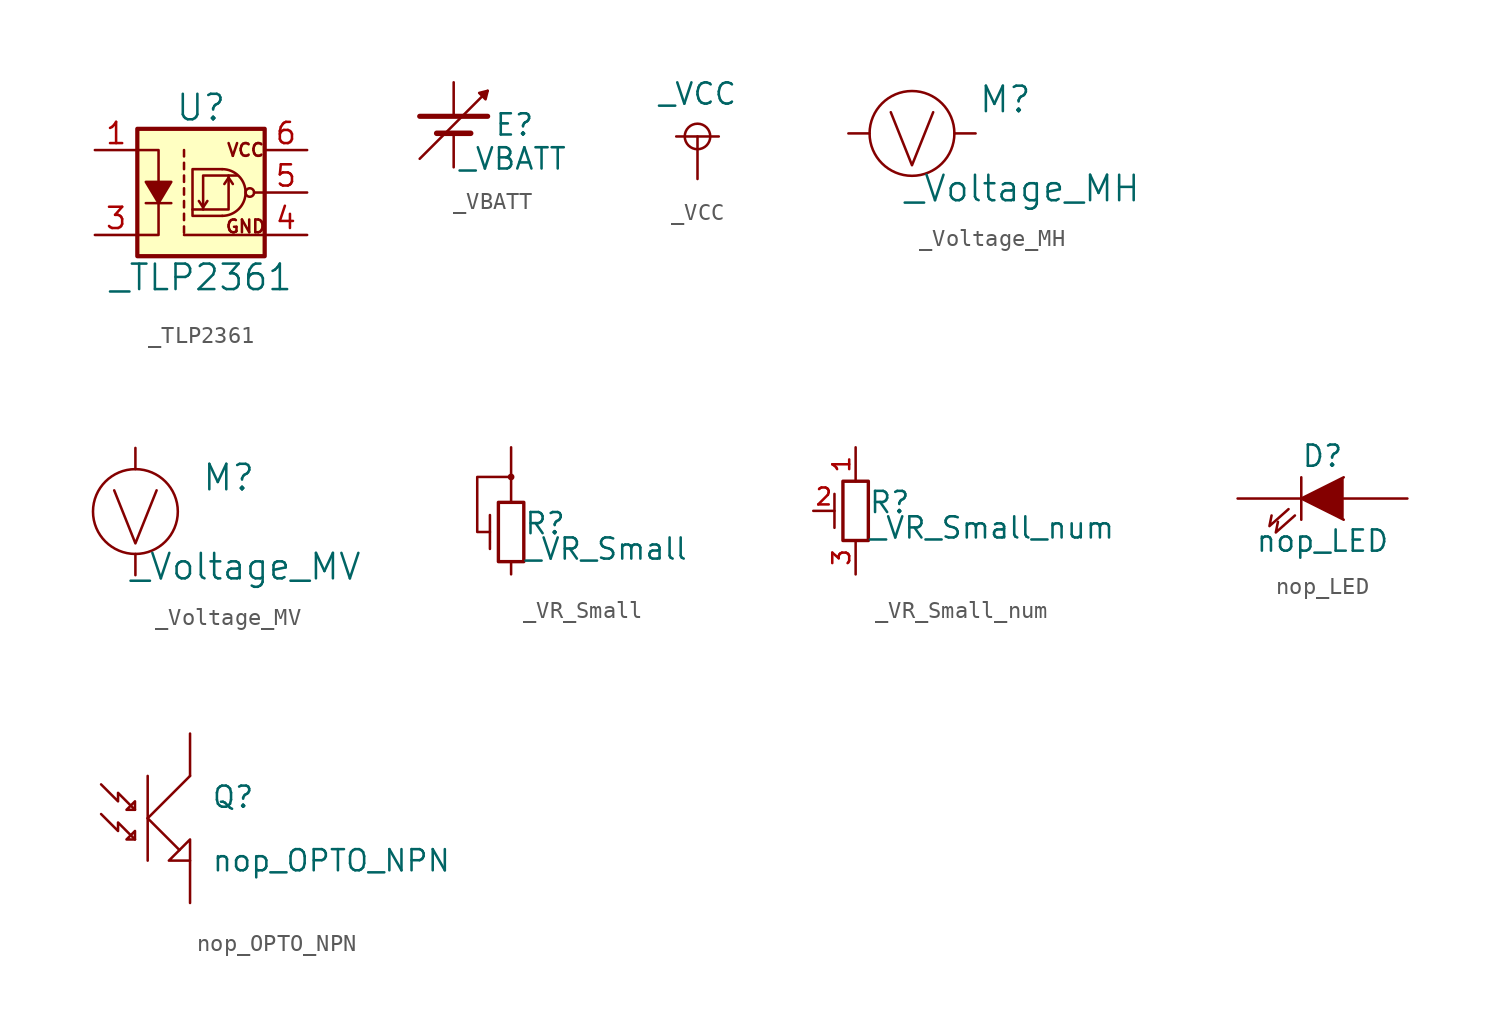
<source format=kicad_sym>
(kicad_symbol_lib
  (version 20220914)
  (generator kicad_symbol_editor)
  (symbol "_TLP2361"
    (pin_names
      (offset 1.016))
    (property "Reference" "U"
      (at 0 5.08 0)
      (effects (font (size 1.524 1.524))))
    (property "Value" "_TLP2361"
      (at 0 -5.08 0)
      (effects (font (size 1.524 1.524))))
    (property "Footprint" ""
      (at -0.635 0 0)
      (effects (font (size 1.524 1.524))))
    (property "Datasheet" ""
      (at -0.635 0 0)
      (effects (font (size 1.524 1.524))))
    (symbol "_TLP2361_0_0"
      (text "GND" (at 2.667 -2.032 0) (effects (font (size 0.762 0.762))))
      (text "VCC" (at 2.667 2.54 0) (effects (font (size 0.762 0.762)))))
    (symbol "_TLP2361_0_1"
      (rectangle (start -3.81 3.81) (end 3.81 -3.81) (stroke (width 0.254) (type solid)) (fill (type background)))
      (polyline (pts (xy -3.302 -0.635) (xy -1.778 -0.635)) (stroke (width 0) (type solid)) (fill (type none)))
      (polyline (pts (xy -1.016 -2.413) (xy -1.016 -2.032)) (stroke (width 0) (type solid)) (fill (type none)))
      (polyline (pts (xy -1.016 -1.651) (xy -1.016 -1.27)) (stroke (width 0) (type solid)) (fill (type none)))
      (polyline (pts (xy -1.016 -0.889) (xy -1.016 -0.508)) (stroke (width 0) (type solid)) (fill (type none)))
      (polyline (pts (xy -1.016 -0.127) (xy -1.016 0.254)) (stroke (width 0) (type solid)) (fill (type none)))
      (polyline (pts (xy -1.016 0.635) (xy -1.016 1.016)) (stroke (width 0) (type solid)) (fill (type none)))
      (polyline (pts (xy -1.016 1.397) (xy -1.016 1.778)) (stroke (width 0) (type solid)) (fill (type none)))
      (polyline (pts (xy -1.016 2.159) (xy -1.016 2.54)) (stroke (width 0) (type solid)) (fill (type none)))
      (polyline (pts (xy 3.175 0) (xy 3.81 0)) (stroke (width 0) (type solid)) (fill (type none)))
      (polyline (pts (xy 3.81 -2.54) (xy -1.016 -2.54)) (stroke (width 0) (type solid)) (fill (type none)))
      (polyline (pts (xy -0.508 -1.016) (xy 1.651 -1.016) (xy 1.651 1.016)) (stroke (width 0) (type solid)) (fill (type none)))
      (polyline (pts (xy -0.127 -0.508) (xy 0.127 -0.889) (xy 0.381 -0.508)) (stroke (width 0) (type solid)) (fill (type none)))
      (polyline (pts (xy 1.397 0.508) (xy 1.651 0.889) (xy 1.905 0.508)) (stroke (width 0) (type solid)) (fill (type none)))
      (polyline (pts (xy 2.159 1.016) (xy 0.127 1.016) (xy 0.127 -1.016)) (stroke (width 0) (type solid)) (fill (type none)))
      (polyline (pts (xy -3.81 2.54) (xy -2.54 2.54) (xy -2.54 -2.54) (xy -3.81 -2.54)) (stroke (width 0) (type solid)) (fill (type none)))
      (polyline (pts (xy -2.54 -0.635) (xy -3.302 0.635) (xy -1.778 0.635) (xy -2.54 -0.635)) (stroke (width 0) (type solid)) (fill (type outline)))
      (polyline (pts (xy 1.27 1.397) (xy -0.508 1.397) (xy -0.508 -1.397) (xy 1.27 -1.397)) (stroke (width 0) (type solid)) (fill (type none)))
      (arc (start 1.27 -1.397) (mid 2.661 0) (end 1.27 1.397) (stroke (width 0) (type solid)) (fill (type none)))
      (circle (center 2.921 0) (radius 0.254) (stroke (width 0) (type solid)) (fill (type none))))
    (symbol "_TLP2361_1_1"
      (pin input line (at -6.35 2.54 0) (length 2.54) (name "~" (effects (font (size 1.27 1.27)))) (number "1" (effects (font (size 1.27 1.27)))))
      (pin input line (at -6.35 -2.54 0) (length 2.54) (name "~" (effects (font (size 1.27 1.27)))) (number "3" (effects (font (size 1.27 1.27)))))
      (pin power_in line (at 6.35 -2.54 180) (length 2.54) (name "~" (effects (font (size 1.27 1.27)))) (number "4" (effects (font (size 1.27 1.27)))))
      (pin output line (at 6.35 0 180) (length 2.54) (name "~" (effects (font (size 1.27 1.27)))) (number "5" (effects (font (size 1.27 1.27)))))
      (pin power_in line (at 6.35 2.54 180) (length 2.54) (name "~" (effects (font (size 1.27 1.27)))) (number "6" (effects (font (size 1.27 1.27)))))))
  (symbol "_VBATT"
    (pin_numbers hide)
    (pin_names
      (offset 0.254) hide)
    (property "Reference" "E"
      (at 2.413 0 0)
      (effects (font (size 1.27 1.27)) (justify left)))
    (property "Value" "_VBATT"
      (at 0.254 -2.032 0)
      (effects (font (size 1.27 1.27)) (justify left)))
    (property "Footprint" ""
      (at 0 0 0)
      (effects (font (size 1.27 1.27))))
    (property "Datasheet" ""
      (at 0 0 0)
      (effects (font (size 1.27 1.27))))
    (symbol "_VBATT_0_1"
      (polyline (pts (xy -2.032 0.508) (xy 2.032 0.508)) (stroke (width 0.305) (type solid)) (fill (type none)))
      (polyline (pts (xy -1.016 -0.508) (xy 1.016 -0.508)) (stroke (width 0.33) (type solid)) (fill (type none)))
      (polyline (pts (xy 2.032 2.032) (xy -2.032 -2.032)) (stroke (width 0) (type solid)) (fill (type none)))
      (polyline (pts (xy 2.032 2.032) (xy 1.905 1.524) (xy 1.524 1.905) (xy 2.032 2.032)) (stroke (width 0) (type solid)) (fill (type outline))))
    (symbol "_VBATT_1_1"
      (pin passive line (at 0 2.54 270) (length 1.905) (name "~" (effects (font (size 1.016 1.016)))) (number "1" (effects (font (size 1.016 1.016)))))
      (pin passive line (at 0 -2.54 90) (length 2.032) (name "~" (effects (font (size 1.016 1.016)))) (number "2" (effects (font (size 1.016 1.016)))))))
  (symbol "_VCC"
    (pin_numbers hide)
    (pin_names
      (offset 0) hide)
    (property "Reference" "#PWR"
      (at 0 -3.81 0)
      (effects (font (size 1.27 1.27)) hide))
    (property "Value" "_VCC"
      (at 0 3.81 0)
      (effects (font (size 1.27 1.27))))
    (property "Footprint" ""
      (at 0 0 0)
      (effects (font (size 1.27 1.27))))
    (property "Datasheet" ""
      (at 0 0 0)
      (effects (font (size 1.27 1.27))))
    (symbol "_VCC_0_1"
      (polyline (pts (xy -1.27 1.27) (xy 1.27 1.27)) (stroke (width 0) (type solid)) (fill (type none)))
      (circle (center 0 1.27) (radius 0.762) (stroke (width 0) (type solid)) (fill (type none))))
    (symbol "_VCC_1_1"
      (pin passive line (at 0 -1.27 90) (length 2.54) (name "~" (effects (font (size 1.27 1.27)))) (number "1" (effects (font (size 1.27 1.27)))))))
  (symbol "_Voltage_MH"
    (pin_numbers hide)
    (pin_names
      (offset 1.016) hide)
    (property "Reference" "M"
      (at 5.588 2.032 0)
      (effects (font (size 1.524 1.524))))
    (property "Value" "_Voltage_MH"
      (at 6.604 -3.302 0)
      (effects (font (size 1.524 1.524))))
    (property "Footprint" ""
      (at 0 0 0)
      (effects (font (size 1.524 1.524))))
    (property "Datasheet" ""
      (at 0 0 0)
      (effects (font (size 1.524 1.524))))
    (symbol "_Voltage_MH_0_1"
      (polyline (pts (xy -1.27 1.27) (xy 0 -1.905) (xy 1.27 1.27)) (stroke (width 0) (type solid)) (fill (type none)))
      (circle (center 0 0) (radius 2.54) (stroke (width 0) (type solid)) (fill (type none))))
    (symbol "_Voltage_MH_1_1"
      (pin input line (at -3.81 0 0) (length 1.27) (name "~" (effects (font (size 1.27 1.27)))) (number "1" (effects (font (size 1.27 1.27)))))
      (pin input line (at 3.81 0 180) (length 1.27) (name "~" (effects (font (size 1.27 1.27)))) (number "2" (effects (font (size 1.27 1.27)))))))
  (symbol "_Voltage_MV"
    (pin_numbers hide)
    (pin_names
      (offset 1.016) hide)
    (property "Reference" "M"
      (at 5.588 2.032 0)
      (effects (font (size 1.524 1.524))))
    (property "Value" "_Voltage_MV"
      (at 6.604 -3.302 0)
      (effects (font (size 1.524 1.524))))
    (property "Footprint" ""
      (at 0 0 0)
      (effects (font (size 1.524 1.524))))
    (property "Datasheet" ""
      (at 0 0 0)
      (effects (font (size 1.524 1.524))))
    (symbol "_Voltage_MV_0_1"
      (polyline (pts (xy -1.27 1.27) (xy 0 -1.905) (xy 1.27 1.27)) (stroke (width 0) (type solid)) (fill (type none)))
      (circle (center 0 0) (radius 2.54) (stroke (width 0) (type solid)) (fill (type none))))
    (symbol "_Voltage_MV_1_1"
      (pin input line (at 0 3.81 270) (length 1.27) (name "~" (effects (font (size 1.27 1.27)))) (number "1" (effects (font (size 1.27 1.27)))))
      (pin input line (at 0 -3.81 90) (length 1.27) (name "~" (effects (font (size 1.27 1.27)))) (number "2" (effects (font (size 1.27 1.27)))))))
  (symbol "_VR_Small"
    (pin_numbers hide)
    (pin_names
      (offset 0.254) hide)
    (property "Reference" "R"
      (at 0.762 0.508 0)
      (effects (font (size 1.27 1.27)) (justify left)))
    (property "Value" "_VR_Small"
      (at 0.762 -1.016 0)
      (effects (font (size 1.27 1.27)) (justify left)))
    (property "Footprint" ""
      (at 0 0 0)
      (effects (font (size 1.27 1.27))))
    (property "Datasheet" ""
      (at 0 0 0)
      (effects (font (size 1.27 1.27))))
    (symbol "_VR_Small_0_1"
      (rectangle (start -0.762 1.778) (end 0.762 -1.778) (stroke (width 0.203) (type solid)) (fill (type none)))
      (polyline (pts (xy -1.27 1.016) (xy -1.27 -1.016)) (stroke (width 0) (type solid)) (fill (type none)))
      (polyline (pts (xy -1.27 0) (xy -2.032 0) (xy -2.032 3.302) (xy 0 3.302)) (stroke (width 0) (type solid)) (fill (type none)))
      (circle (center 0 3.302) (radius 0.127) (stroke (width 0) (type solid)) (fill (type none))))
    (symbol "_VR_Small_1_1"
      (pin passive line (at 0 5.08 270) (length 3.302) (name "~" (effects (font (size 1.016 1.016)))) (number "1" (effects (font (size 1.016 1.016)))))
      (pin passive line (at 0 -2.54 90) (length 0.762) (name "~" (effects (font (size 1.016 1.016)))) (number "2" (effects (font (size 1.016 1.016)))))))
  (symbol "_VR_Small_num"
    (pin_names
      (offset 0.254) hide)
    (property "Reference" "R"
      (at 0.762 0.508 0)
      (effects (font (size 1.27 1.27)) (justify left)))
    (property "Value" "_VR_Small_num"
      (at 0.762 -1.016 0)
      (effects (font (size 1.27 1.27)) (justify left)))
    (property "Footprint" ""
      (at 0 0 0)
      (effects (font (size 1.27 1.27))))
    (property "Datasheet" ""
      (at 0 0 0)
      (effects (font (size 1.27 1.27))))
    (symbol "_VR_Small_num_0_1"
      (rectangle (start -0.762 1.778) (end 0.762 -1.778) (stroke (width 0.203) (type solid)) (fill (type none)))
      (polyline (pts (xy -1.27 1.016) (xy -1.27 -1.016)) (stroke (width 0) (type solid)) (fill (type none))))
    (symbol "_VR_Small_num_1_1"
      (pin passive line (at 0 3.81 270) (length 2.032) (name "~" (effects (font (size 1.016 1.016)))) (number "1" (effects (font (size 1.016 1.016)))))
      (pin passive line (at -2.54 0 0) (length 1.27) (name "~" (effects (font (size 1.016 1.016)))) (number "2" (effects (font (size 1.016 1.016)))))
      (pin passive line (at 0 -3.81 90) (length 2.032) (name "~" (effects (font (size 1.016 1.016)))) (number "3" (effects (font (size 1.016 1.016)))))))
  (symbol "nop_LED"
    (pin_names
      (offset 1.016) hide)
    (property "Reference" "D"
      (at 0 2.54 0)
      (effects (font (size 1.27 1.27))))
    (property "Value" "nop_LED"
      (at 0 -2.54 0)
      (effects (font (size 1.27 1.27))))
    (property "Footprint" ""
      (at 0 0 0)
      (effects (font (size 1.27 1.27))))
    (property "Datasheet" ""
      (at 0 0 0)
      (effects (font (size 1.27 1.27))))
    (symbol "nop_LED_0_1"
      (polyline (pts (xy -1.27 1.27) (xy -1.27 -1.27)) (stroke (width 0) (type solid)) (fill (type none)))
      (polyline (pts (xy -2.032 -0.635) (xy -3.175 -1.651) (xy -3.048 -1.016)) (stroke (width 0) (type solid)) (fill (type none)))
      (polyline (pts (xy -1.651 -1.016) (xy -2.794 -2.032) (xy -2.667 -1.397)) (stroke (width 0) (type solid)) (fill (type none)))
      (polyline (pts (xy 1.27 1.27) (xy -1.27 0) (xy 1.27 -1.27)) (stroke (width 0) (type solid)) (fill (type outline))))
    (symbol "nop_LED_1_1"
      (pin passive line (at 5.08 0 180) (length 3.81) (name "A" (effects (font (size 1.016 1.016)))) (number "~" (effects (font (size 1.016 1.016)))))
      (pin passive line (at -5.08 0 0) (length 3.81) (name "K" (effects (font (size 1.016 1.016)))) (number "~" (effects (font (size 1.016 1.016)))))))
  (symbol "nop_OPTO_NPN"
    (pin_names
      (offset 0))
    (property "Reference" "Q"
      (at 3.81 1.27 0)
      (effects (font (size 1.27 1.27)) (justify left)))
    (property "Value" "nop_OPTO_NPN"
      (at 3.81 -2.54 0)
      (effects (font (size 1.27 1.27)) (justify left)))
    (property "Footprint" ""
      (at 0 0 0)
      (effects (font (size 1.27 1.27))))
    (property "Datasheet" ""
      (at 0 0 0)
      (effects (font (size 1.27 1.27))))
    (symbol "nop_OPTO_NPN_0_1"
      (polyline (pts (xy 0 0) (xy 1.905 -1.905)) (stroke (width 0) (type solid)) (fill (type none)))
      (polyline (pts (xy 0 0) (xy 2.54 2.54)) (stroke (width 0) (type solid)) (fill (type none)))
      (polyline (pts (xy 0 2.54) (xy 0 -2.54)) (stroke (width 0) (type solid)) (fill (type none)))
      (polyline (pts (xy -0.762 -1.27) (xy -0.762 -0.762) (xy -1.27 -1.27) (xy -0.762 -1.27) (xy -0.762 -1.27)) (stroke (width 0) (type solid)) (fill (type none)))
      (polyline (pts (xy 1.27 -2.54) (xy 2.54 -2.54) (xy 2.54 -1.27) (xy 1.27 -2.54) (xy 1.27 -2.54)) (stroke (width 0) (type solid)) (fill (type none)))
      (polyline (pts (xy -2.794 0.254) (xy -1.778 -0.762) (xy -1.778 -0.254) (xy -0.762 -1.27) (xy -0.762 -1.27) (xy -0.762 -1.27)) (stroke (width 0) (type solid)) (fill (type none)))
      (polyline (pts (xy -2.794 2.032) (xy -1.778 1.016) (xy -1.778 1.524) (xy -0.762 0.508) (xy -0.762 0.508) (xy -0.762 0.508)) (stroke (width 0) (type solid)) (fill (type none)))
      (polyline (pts (xy -0.762 0.508) (xy -0.762 1.016) (xy -1.27 0.508) (xy -0.762 0.508) (xy -0.762 0.508) (xy -0.762 0.508)) (stroke (width 0) (type solid)) (fill (type none))))
    (symbol "nop_OPTO_NPN_1_1"
      (pin passive line (at 2.54 -5.08 90) (length 2.54) (name "~" (effects (font (size 1.016 1.016)))) (number "~" (effects (font (size 1.016 1.016)))))
      (pin passive line (at 2.54 5.08 270) (length 2.54) (name "~" (effects (font (size 1.016 1.016)))) (number "~" (effects (font (size 1.016 1.016))))))))
</source>
